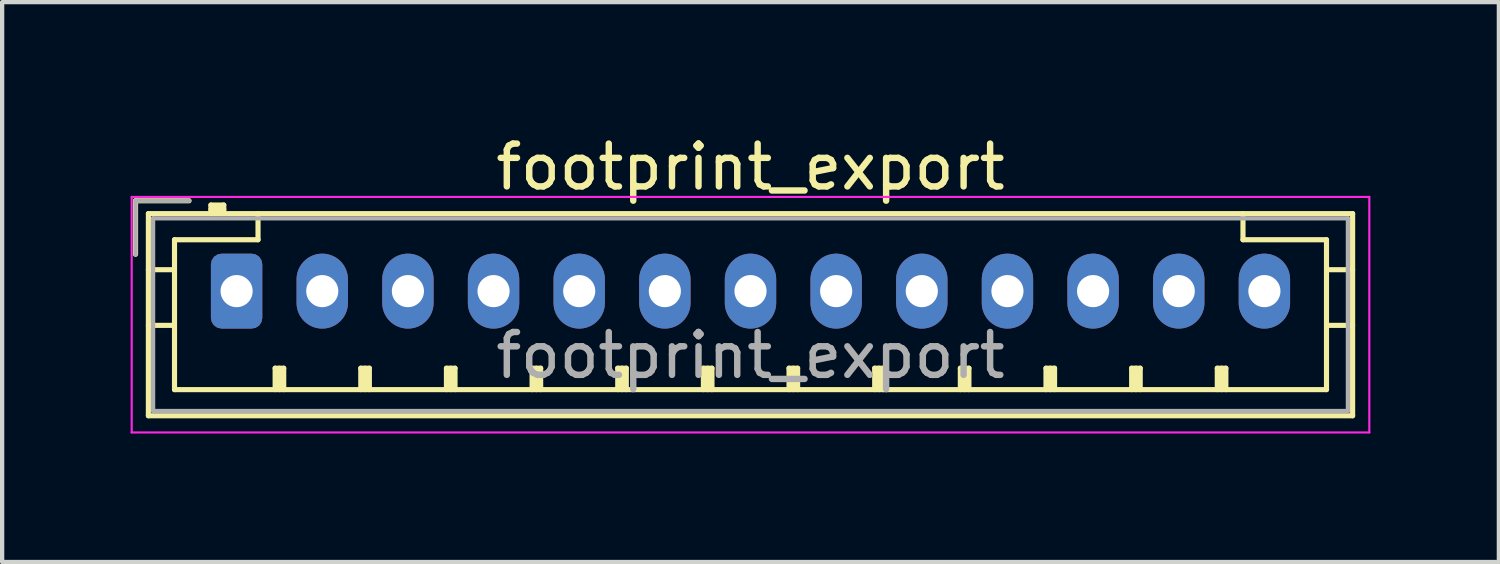
<source format=kicad_pcb>
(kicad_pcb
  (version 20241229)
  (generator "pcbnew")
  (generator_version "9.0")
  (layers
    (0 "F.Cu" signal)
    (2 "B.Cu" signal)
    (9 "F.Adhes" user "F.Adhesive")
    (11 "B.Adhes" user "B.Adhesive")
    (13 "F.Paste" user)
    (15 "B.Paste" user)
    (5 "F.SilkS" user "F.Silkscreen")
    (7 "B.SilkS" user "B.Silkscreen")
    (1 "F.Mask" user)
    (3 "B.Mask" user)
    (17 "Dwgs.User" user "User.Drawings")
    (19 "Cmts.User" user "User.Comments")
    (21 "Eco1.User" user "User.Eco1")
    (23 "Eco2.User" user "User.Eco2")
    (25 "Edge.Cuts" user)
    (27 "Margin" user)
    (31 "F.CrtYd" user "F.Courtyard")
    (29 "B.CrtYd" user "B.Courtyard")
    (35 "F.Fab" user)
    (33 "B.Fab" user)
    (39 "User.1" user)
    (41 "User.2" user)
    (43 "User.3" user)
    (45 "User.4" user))
  (footprint "footprint_export"
    (layer "F.Cu")
    (at 2.475 3.748)
    (property "Reference" "footprint_export" (at 12 -2.9 0) (layer "F.SilkS") (effects (font (size 1 1) (thickness 0.15))))
    (attr through_hole)
    (fp_line (start -2.36 -2.11) (end -2.36 -0.86) (stroke (width 0.12) (type solid)) (layer "F.SilkS"))
    (fp_line (start -2.06 -1.81) (end -2.06 2.91) (stroke (width 0.12) (type solid)) (layer "F.SilkS"))
    (fp_line (start -2.06 -0.5) (end -1.45 -0.5) (stroke (width 0.12) (type solid)) (layer "F.SilkS"))
    (fp_line (start -2.06 0.8) (end -1.45 0.8) (stroke (width 0.12) (type solid)) (layer "F.SilkS"))
    (fp_line (start -2.06 2.91) (end 26.06 2.91) (stroke (width 0.12) (type solid)) (layer "F.SilkS"))
    (fp_line (start -1.45 -1.2) (end -1.45 2.3) (stroke (width 0.12) (type solid)) (layer "F.SilkS"))
    (fp_line (start -1.45 2.3) (end 25.45 2.3) (stroke (width 0.12) (type solid)) (layer "F.SilkS"))
    (fp_line (start -1.11 -2.11) (end -2.36 -2.11) (stroke (width 0.12) (type solid)) (layer "F.SilkS"))
    (fp_line (start -0.6 -2.01) (end -0.6 -1.81) (stroke (width 0.12) (type solid)) (layer "F.SilkS"))
    (fp_line (start -0.3 -2.01) (end -0.6 -2.01) (stroke (width 0.12) (type solid)) (layer "F.SilkS"))
    (fp_line (start -0.3 -1.91) (end -0.6 -1.91) (stroke (width 0.12) (type solid)) (layer "F.SilkS"))
    (fp_line (start -0.3 -1.81) (end -0.3 -2.01) (stroke (width 0.12) (type solid)) (layer "F.SilkS"))
    (fp_line (start 0.5 -1.81) (end 0.5 -1.2) (stroke (width 0.12) (type solid)) (layer "F.SilkS"))
    (fp_line (start 0.5 -1.2) (end -1.45 -1.2) (stroke (width 0.12) (type solid)) (layer "F.SilkS"))
    (fp_line (start 0.9 1.8) (end 1.1 1.8) (stroke (width 0.12) (type solid)) (layer "F.SilkS"))
    (fp_line (start 0.9 2.3) (end 0.9 1.8) (stroke (width 0.12) (type solid)) (layer "F.SilkS"))
    (fp_line (start 1 2.3) (end 1 1.8) (stroke (width 0.12) (type solid)) (layer "F.SilkS"))
    (fp_line (start 1.1 1.8) (end 1.1 2.3) (stroke (width 0.12) (type solid)) (layer "F.SilkS"))
    (fp_line (start 2.9 1.8) (end 3.1 1.8) (stroke (width 0.12) (type solid)) (layer "F.SilkS"))
    (fp_line (start 2.9 2.3) (end 2.9 1.8) (stroke (width 0.12) (type solid)) (layer "F.SilkS"))
    (fp_line (start 3 2.3) (end 3 1.8) (stroke (width 0.12) (type solid)) (layer "F.SilkS"))
    (fp_line (start 3.1 1.8) (end 3.1 2.3) (stroke (width 0.12) (type solid)) (layer "F.SilkS"))
    (fp_line (start 4.9 1.8) (end 5.1 1.8) (stroke (width 0.12) (type solid)) (layer "F.SilkS"))
    (fp_line (start 4.9 2.3) (end 4.9 1.8) (stroke (width 0.12) (type solid)) (layer "F.SilkS"))
    (fp_line (start 5 2.3) (end 5 1.8) (stroke (width 0.12) (type solid)) (layer "F.SilkS"))
    (fp_line (start 5.1 1.8) (end 5.1 2.3) (stroke (width 0.12) (type solid)) (layer "F.SilkS"))
    (fp_line (start 6.9 1.8) (end 7.1 1.8) (stroke (width 0.12) (type solid)) (layer "F.SilkS"))
    (fp_line (start 6.9 2.3) (end 6.9 1.8) (stroke (width 0.12) (type solid)) (layer "F.SilkS"))
    (fp_line (start 7 2.3) (end 7 1.8) (stroke (width 0.12) (type solid)) (layer "F.SilkS"))
    (fp_line (start 7.1 1.8) (end 7.1 2.3) (stroke (width 0.12) (type solid)) (layer "F.SilkS"))
    (fp_line (start 8.9 1.8) (end 9.1 1.8) (stroke (width 0.12) (type solid)) (layer "F.SilkS"))
    (fp_line (start 8.9 2.3) (end 8.9 1.8) (stroke (width 0.12) (type solid)) (layer "F.SilkS"))
    (fp_line (start 9 2.3) (end 9 1.8) (stroke (width 0.12) (type solid)) (layer "F.SilkS"))
    (fp_line (start 9.1 1.8) (end 9.1 2.3) (stroke (width 0.12) (type solid)) (layer "F.SilkS"))
    (fp_line (start 10.9 1.8) (end 11.1 1.8) (stroke (width 0.12) (type solid)) (layer "F.SilkS"))
    (fp_line (start 10.9 2.3) (end 10.9 1.8) (stroke (width 0.12) (type solid)) (layer "F.SilkS"))
    (fp_line (start 11 2.3) (end 11 1.8) (stroke (width 0.12) (type solid)) (layer "F.SilkS"))
    (fp_line (start 11.1 1.8) (end 11.1 2.3) (stroke (width 0.12) (type solid)) (layer "F.SilkS"))
    (fp_line (start 12.9 1.8) (end 13.1 1.8) (stroke (width 0.12) (type solid)) (layer "F.SilkS"))
    (fp_line (start 12.9 2.3) (end 12.9 1.8) (stroke (width 0.12) (type solid)) (layer "F.SilkS"))
    (fp_line (start 13 2.3) (end 13 1.8) (stroke (width 0.12) (type solid)) (layer "F.SilkS"))
    (fp_line (start 13.1 1.8) (end 13.1 2.3) (stroke (width 0.12) (type solid)) (layer "F.SilkS"))
    (fp_line (start 14.9 1.8) (end 15.1 1.8) (stroke (width 0.12) (type solid)) (layer "F.SilkS"))
    (fp_line (start 14.9 2.3) (end 14.9 1.8) (stroke (width 0.12) (type solid)) (layer "F.SilkS"))
    (fp_line (start 15 2.3) (end 15 1.8) (stroke (width 0.12) (type solid)) (layer "F.SilkS"))
    (fp_line (start 15.1 1.8) (end 15.1 2.3) (stroke (width 0.12) (type solid)) (layer "F.SilkS"))
    (fp_line (start 16.9 1.8) (end 17.1 1.8) (stroke (width 0.12) (type solid)) (layer "F.SilkS"))
    (fp_line (start 16.9 2.3) (end 16.9 1.8) (stroke (width 0.12) (type solid)) (layer "F.SilkS"))
    (fp_line (start 17 2.3) (end 17 1.8) (stroke (width 0.12) (type solid)) (layer "F.SilkS"))
    (fp_line (start 17.1 1.8) (end 17.1 2.3) (stroke (width 0.12) (type solid)) (layer "F.SilkS"))
    (fp_line (start 18.9 1.8) (end 19.1 1.8) (stroke (width 0.12) (type solid)) (layer "F.SilkS"))
    (fp_line (start 18.9 2.3) (end 18.9 1.8) (stroke (width 0.12) (type solid)) (layer "F.SilkS"))
    (fp_line (start 19 2.3) (end 19 1.8) (stroke (width 0.12) (type solid)) (layer "F.SilkS"))
    (fp_line (start 19.1 1.8) (end 19.1 2.3) (stroke (width 0.12) (type solid)) (layer "F.SilkS"))
    (fp_line (start 20.9 1.8) (end 21.1 1.8) (stroke (width 0.12) (type solid)) (layer "F.SilkS"))
    (fp_line (start 20.9 2.3) (end 20.9 1.8) (stroke (width 0.12) (type solid)) (layer "F.SilkS"))
    (fp_line (start 21 2.3) (end 21 1.8) (stroke (width 0.12) (type solid)) (layer "F.SilkS"))
    (fp_line (start 21.1 1.8) (end 21.1 2.3) (stroke (width 0.12) (type solid)) (layer "F.SilkS"))
    (fp_line (start 22.9 1.8) (end 23.1 1.8) (stroke (width 0.12) (type solid)) (layer "F.SilkS"))
    (fp_line (start 22.9 2.3) (end 22.9 1.8) (stroke (width 0.12) (type solid)) (layer "F.SilkS"))
    (fp_line (start 23 2.3) (end 23 1.8) (stroke (width 0.12) (type solid)) (layer "F.SilkS"))
    (fp_line (start 23.1 1.8) (end 23.1 2.3) (stroke (width 0.12) (type solid)) (layer "F.SilkS"))
    (fp_line (start 23.5 -1.2) (end 23.5 -1.81) (stroke (width 0.12) (type solid)) (layer "F.SilkS"))
    (fp_line (start 25.45 -1.2) (end 23.5 -1.2) (stroke (width 0.12) (type solid)) (layer "F.SilkS"))
    (fp_line (start 25.45 2.3) (end 25.45 -1.2) (stroke (width 0.12) (type solid)) (layer "F.SilkS"))
    (fp_line (start 26.06 -1.81) (end -2.06 -1.81) (stroke (width 0.12) (type solid)) (layer "F.SilkS"))
    (fp_line (start 26.06 -0.5) (end 25.45 -0.5) (stroke (width 0.12) (type solid)) (layer "F.SilkS"))
    (fp_line (start 26.06 0.8) (end 25.45 0.8) (stroke (width 0.12) (type solid)) (layer "F.SilkS"))
    (fp_line (start 26.06 2.91) (end 26.06 -1.81) (stroke (width 0.12) (type solid)) (layer "F.SilkS"))
    (fp_line (start -2.45 -2.2) (end -2.45 3.3) (stroke (width 0.05) (type solid)) (layer "F.CrtYd"))
    (fp_line (start -2.45 3.3) (end 26.45 3.3) (stroke (width 0.05) (type solid)) (layer "F.CrtYd"))
    (fp_line (start 26.45 -2.2) (end -2.45 -2.2) (stroke (width 0.05) (type solid)) (layer "F.CrtYd"))
    (fp_line (start 26.45 3.3) (end 26.45 -2.2) (stroke (width 0.05) (type solid)) (layer "F.CrtYd"))
    (fp_line (start -2.36 -2.11) (end -2.36 -0.86) (stroke (width 0.1) (type solid)) (layer "F.Fab"))
    (fp_line (start -1.95 -1.7) (end -1.95 2.8) (stroke (width 0.1) (type solid)) (layer "F.Fab"))
    (fp_line (start -1.95 2.8) (end 25.95 2.8) (stroke (width 0.1) (type solid)) (layer "F.Fab"))
    (fp_line (start -1.11 -2.11) (end -2.36 -2.11) (stroke (width 0.1) (type solid)) (layer "F.Fab"))
    (fp_line (start 25.95 -1.7) (end -1.95 -1.7) (stroke (width 0.1) (type solid)) (layer "F.Fab"))
    (fp_line (start 25.95 2.8) (end 25.95 -1.7) (stroke (width 0.1) (type solid)) (layer "F.Fab"))
    (fp_text user "${REFERENCE}" (at 12 1.5 0) (layer "F.Fab") (effects (font (size 1 1) (thickness 0.15))))
    (pad "1" thru_hole roundrect (at 0 0) (size 1.2 1.75) (drill 0.75) (layers "*.Cu" "*.Mask") (roundrect_rratio 0.208))
    (pad "2" thru_hole oval (at 2 0) (size 1.2 1.75) (drill 0.75) (layers "*.Cu" "*.Mask"))
    (pad "3" thru_hole oval (at 4 0) (size 1.2 1.75) (drill 0.75) (layers "*.Cu" "*.Mask"))
    (pad "4" thru_hole oval (at 6 0) (size 1.2 1.75) (drill 0.75) (layers "*.Cu" "*.Mask"))
    (pad "5" thru_hole oval (at 8 0) (size 1.2 1.75) (drill 0.75) (layers "*.Cu" "*.Mask"))
    (pad "6" thru_hole oval (at 10 0) (size 1.2 1.75) (drill 0.75) (layers "*.Cu" "*.Mask"))
    (pad "7" thru_hole oval (at 12 0) (size 1.2 1.75) (drill 0.75) (layers "*.Cu" "*.Mask"))
    (pad "8" thru_hole oval (at 14 0) (size 1.2 1.75) (drill 0.75) (layers "*.Cu" "*.Mask"))
    (pad "9" thru_hole oval (at 16 0) (size 1.2 1.75) (drill 0.75) (layers "*.Cu" "*.Mask"))
    (pad "10" thru_hole oval (at 18 0) (size 1.2 1.75) (drill 0.75) (layers "*.Cu" "*.Mask"))
    (pad "11" thru_hole oval (at 20 0) (size 1.2 1.75) (drill 0.75) (layers "*.Cu" "*.Mask"))
    (pad "12" thru_hole oval (at 22 0) (size 1.2 1.75) (drill 0.75) (layers "*.Cu" "*.Mask"))
    (pad "13" thru_hole oval (at 24 0) (size 1.2 1.75) (drill 0.75) (layers "*.Cu" "*.Mask")))
  (gr_rect
    (start -3 -3)
    (end 31.95 10.073)
    (stroke (width 0.1) (type default))
    (fill no)
    (layer "Edge.Cuts")))
</source>
